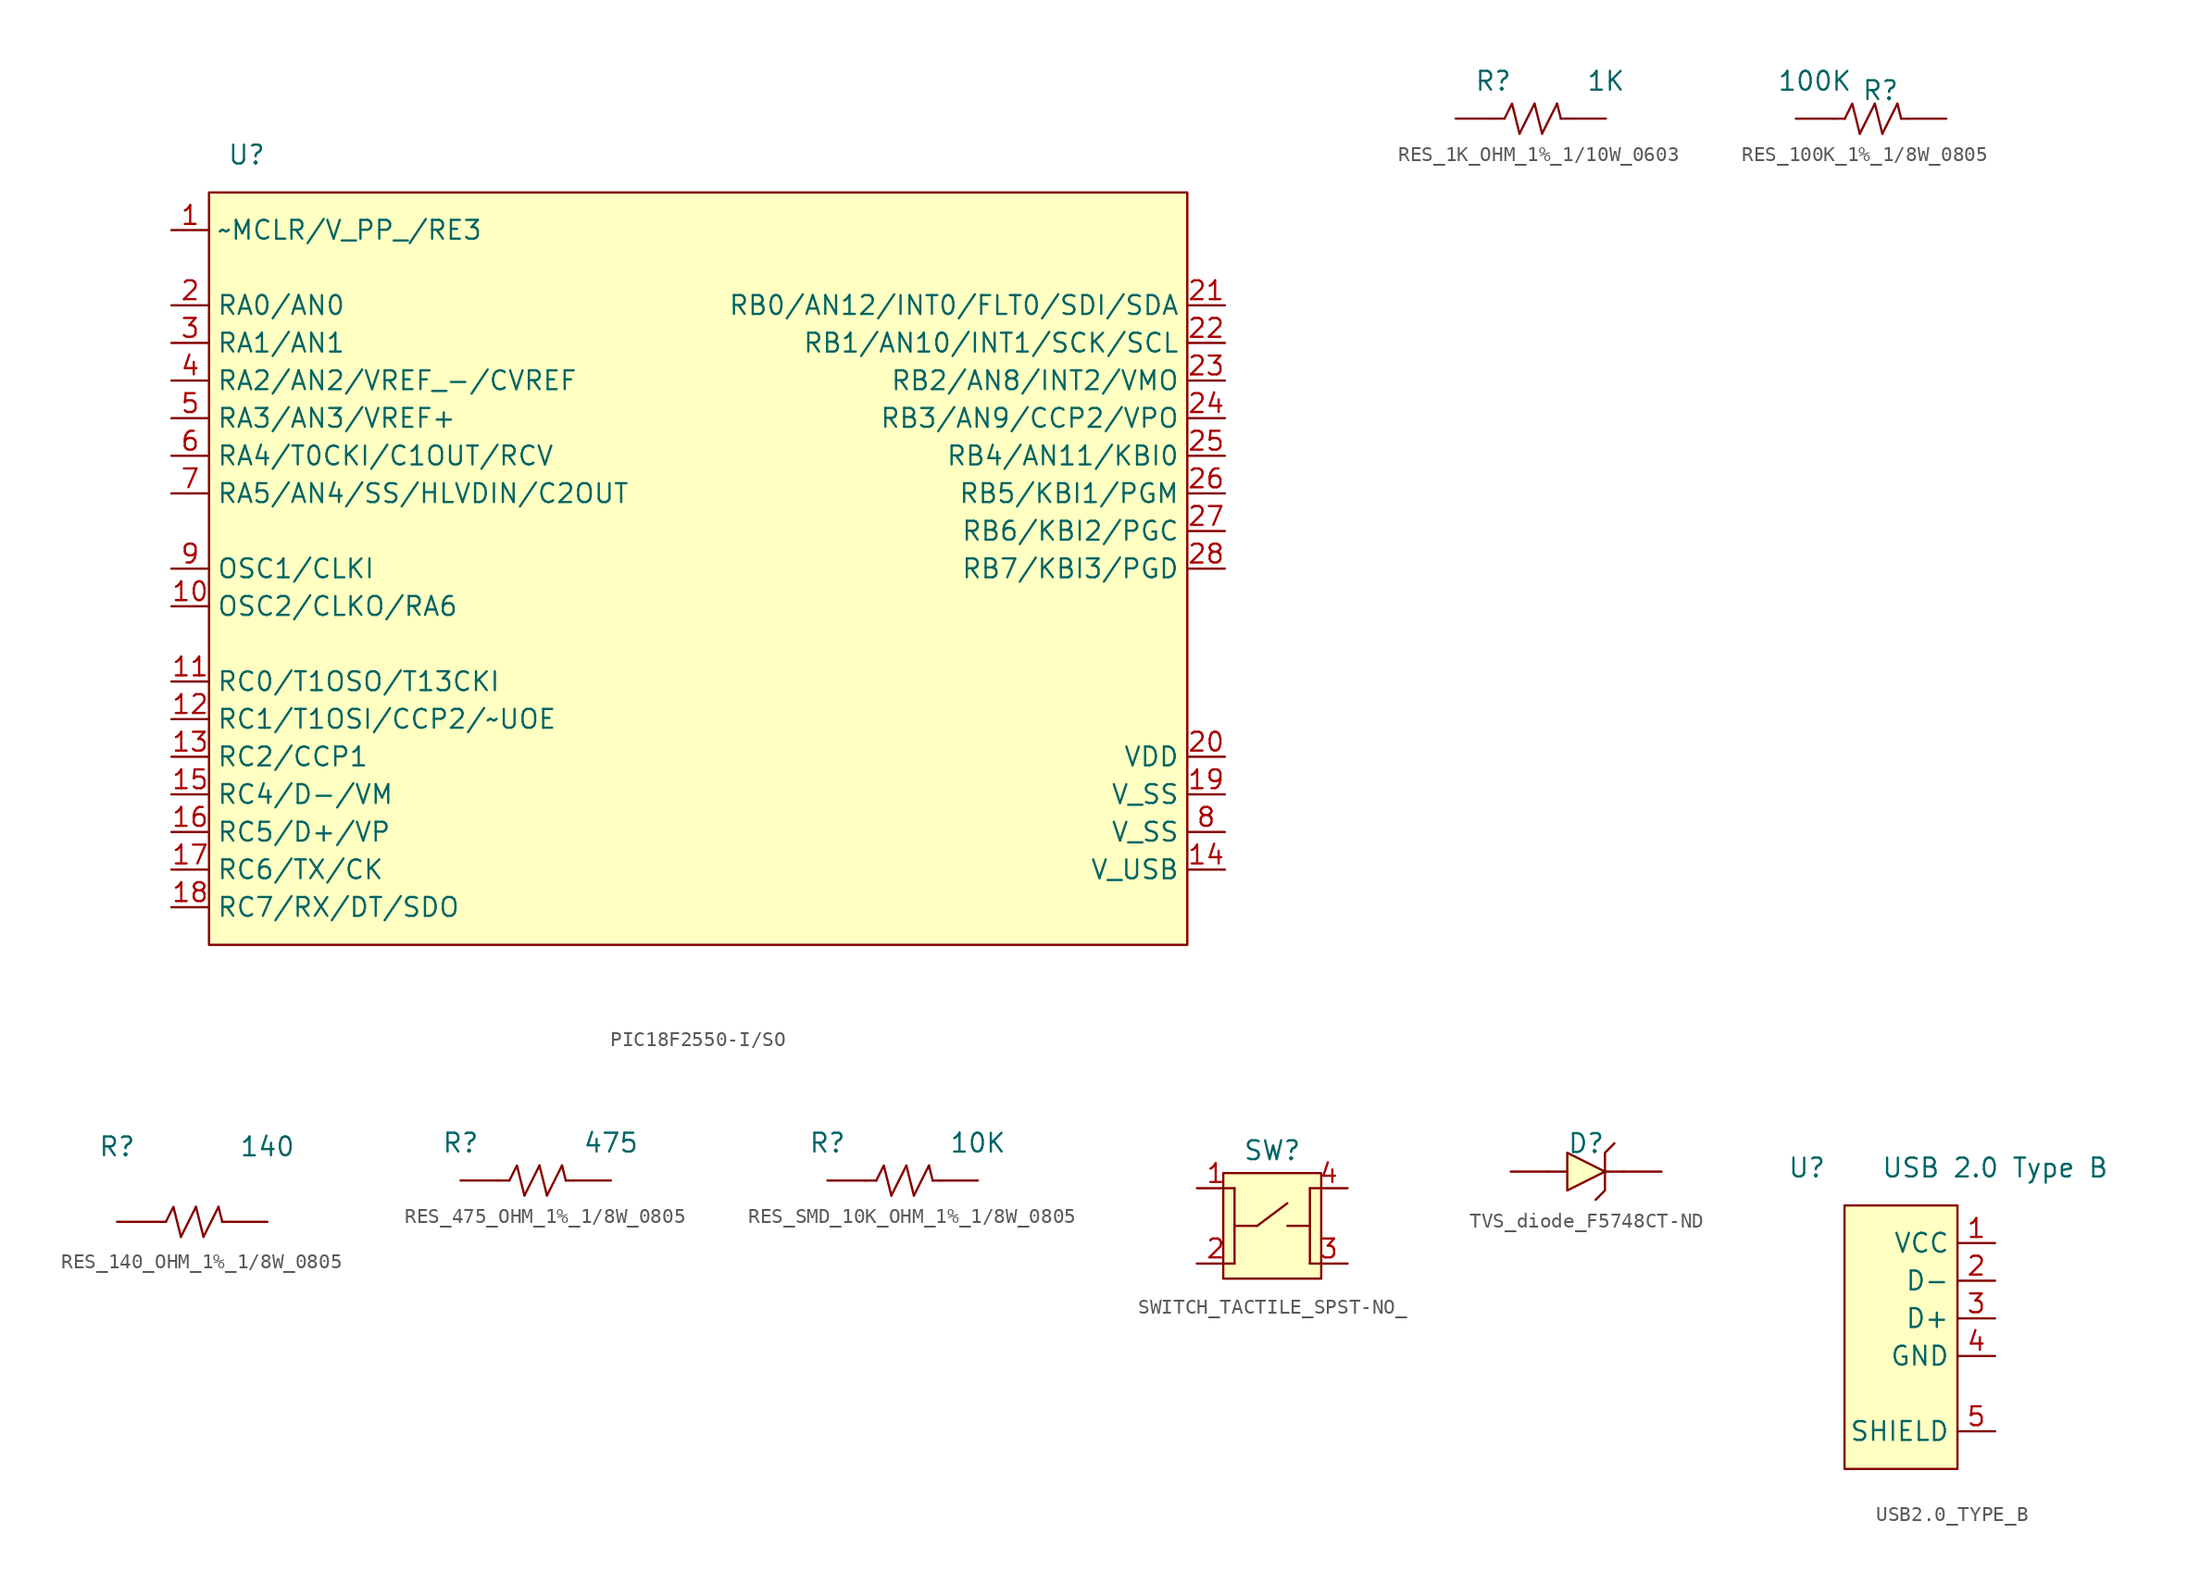
<source format=kicad_sym>
(kicad_symbol_lib
  (version 20231120)
  (generator "kicad_symbol_editor")
  (generator_version "8.0")
  (symbol "PIC18F2550-I/SO"
    (property "Reference" "U"
      (at -30.48 7.62 0)
      (effects (font (size 1.27 1.27))))
    (property "Value" ""
      (at -30.48 7.62 0)
      (effects (font (size 1.27 1.27))))
    (symbol "PIC18F2550-I/SO_1_1"
      (rectangle (start -33.02 5.08) (end 33.02 -45.72) (stroke (width 0) (type default)) (fill (type background)))
      (pin input line (at -35.56 2.54 0) (length 2.54) (name "~MCLR/V_PP_/RE3" (effects (font (size 1.27 1.27)))) (number "1" (effects (font (size 1.27 1.27)))))
      (pin bidirectional line (at -35.56 -22.86 0) (length 2.54) (name "OSC2/CLKO/RA6" (effects (font (size 1.27 1.27)))) (number "10" (effects (font (size 1.27 1.27)))))
      (pin bidirectional line (at -35.56 -27.94 0) (length 2.54) (name "RC0/T1OSO/T13CKI" (effects (font (size 1.27 1.27)))) (number "11" (effects (font (size 1.27 1.27)))))
      (pin bidirectional line (at -35.56 -30.48 0) (length 2.54) (name "RC1/T1OSI/CCP2/~UOE" (effects (font (size 1.27 1.27)))) (number "12" (effects (font (size 1.27 1.27)))))
      (pin bidirectional line (at -35.56 -33.02 0) (length 2.54) (name "RC2/CCP1" (effects (font (size 1.27 1.27)))) (number "13" (effects (font (size 1.27 1.27)))))
      (pin bidirectional line (at 35.56 -40.64 180) (length 2.54) (name "V_USB" (effects (font (size 1.27 1.27)))) (number "14" (effects (font (size 1.27 1.27)))))
      (pin bidirectional line (at -35.56 -35.56 0) (length 2.54) (name "RC4/D-/VM" (effects (font (size 1.27 1.27)))) (number "15" (effects (font (size 1.27 1.27)))))
      (pin bidirectional line (at -35.56 -38.1 0) (length 2.54) (name "RC5/D+/VP" (effects (font (size 1.27 1.27)))) (number "16" (effects (font (size 1.27 1.27)))))
      (pin bidirectional line (at -35.56 -40.64 0) (length 2.54) (name "RC6/TX/CK" (effects (font (size 1.27 1.27)))) (number "17" (effects (font (size 1.27 1.27)))))
      (pin bidirectional line (at -35.56 -43.18 0) (length 2.54) (name "RC7/RX/DT/SDO" (effects (font (size 1.27 1.27)))) (number "18" (effects (font (size 1.27 1.27)))))
      (pin power_out line (at 35.56 -35.56 180) (length 2.54) (name "V_SS" (effects (font (size 1.27 1.27)))) (number "19" (effects (font (size 1.27 1.27)))))
      (pin bidirectional line (at -35.56 -2.54 0) (length 2.54) (name "RA0/AN0" (effects (font (size 1.27 1.27)))) (number "2" (effects (font (size 1.27 1.27)))))
      (pin power_in line (at 35.56 -33.02 180) (length 2.54) (name "VDD" (effects (font (size 1.27 1.27)))) (number "20" (effects (font (size 1.27 1.27)))))
      (pin bidirectional line (at 35.56 -2.54 180) (length 2.54) (name "RB0/AN12/INT0/FLT0/SDI/SDA" (effects (font (size 1.27 1.27)))) (number "21" (effects (font (size 1.27 1.27)))))
      (pin bidirectional line (at 35.56 -5.08 180) (length 2.54) (name "RB1/AN10/INT1/SCK/SCL" (effects (font (size 1.27 1.27)))) (number "22" (effects (font (size 1.27 1.27)))))
      (pin bidirectional line (at 35.56 -7.62 180) (length 2.54) (name "RB2/AN8/INT2/VMO" (effects (font (size 1.27 1.27)))) (number "23" (effects (font (size 1.27 1.27)))))
      (pin bidirectional line (at 35.56 -10.16 180) (length 2.54) (name "RB3/AN9/CCP2/VPO" (effects (font (size 1.27 1.27)))) (number "24" (effects (font (size 1.27 1.27)))))
      (pin bidirectional line (at 35.56 -12.7 180) (length 2.54) (name "RB4/AN11/KBI0" (effects (font (size 1.27 1.27)))) (number "25" (effects (font (size 1.27 1.27)))))
      (pin bidirectional line (at 35.56 -15.24 180) (length 2.54) (name "RB5/KBI1/PGM" (effects (font (size 1.27 1.27)))) (number "26" (effects (font (size 1.27 1.27)))))
      (pin bidirectional line (at 35.56 -17.78 180) (length 2.54) (name "RB6/KBI2/PGC" (effects (font (size 1.27 1.27)))) (number "27" (effects (font (size 1.27 1.27)))))
      (pin bidirectional line (at 35.56 -20.32 180) (length 2.54) (name "RB7/KBI3/PGD" (effects (font (size 1.27 1.27)))) (number "28" (effects (font (size 1.27 1.27)))))
      (pin bidirectional line (at -35.56 -5.08 0) (length 2.54) (name "RA1/AN1" (effects (font (size 1.27 1.27)))) (number "3" (effects (font (size 1.27 1.27)))))
      (pin bidirectional line (at -35.56 -7.62 0) (length 2.54) (name "RA2/AN2/VREF_-/CVREF" (effects (font (size 1.27 1.27)))) (number "4" (effects (font (size 1.27 1.27)))))
      (pin bidirectional line (at -35.56 -10.16 0) (length 2.54) (name "RA3/AN3/VREF+" (effects (font (size 1.27 1.27)))) (number "5" (effects (font (size 1.27 1.27)))))
      (pin bidirectional line (at -35.56 -12.7 0) (length 2.54) (name "RA4/T0CKI/C1OUT/RCV" (effects (font (size 1.27 1.27)))) (number "6" (effects (font (size 1.27 1.27)))))
      (pin bidirectional line (at -35.56 -15.24 0) (length 2.54) (name "RA5/AN4/SS/HLVDIN/C2OUT" (effects (font (size 1.27 1.27)))) (number "7" (effects (font (size 1.27 1.27)))))
      (pin power_out line (at 35.56 -38.1 180) (length 2.54) (name "V_SS" (effects (font (size 1.27 1.27)))) (number "8" (effects (font (size 1.27 1.27)))))
      (pin bidirectional line (at -35.56 -20.32 0) (length 2.54) (name "OSC1/CLKI" (effects (font (size 1.27 1.27)))) (number "9" (effects (font (size 1.27 1.27)))))))
  (symbol "RES_1K_OHM_1%_1/10W_0603"
    (pin_numbers hide)
    (pin_names hide)
    (property "Reference" "R"
      (at -2.54 2.54 0)
      (effects (font (size 1.27 1.27))))
    (property "Value" "1K"
      (at 5.08 2.54 0)
      (effects (font (size 1.27 1.27))))
    (symbol "RES_1K_OHM_1%_1/10W_0603_0_1"
      (polyline (pts (xy -1.778 0) (xy -2.54 0)) (stroke (width 0) (type default)) (fill (type none)))
      (polyline (pts (xy -0.762 -1.016) (xy 0.254 1.016)) (stroke (width 0) (type default)) (fill (type none)))
      (polyline (pts (xy 0.254 1.016) (xy 0.762 -1.016)) (stroke (width 0) (type default)) (fill (type none)))
      (polyline (pts (xy 0.762 -1.016) (xy 1.778 1.016)) (stroke (width 0) (type default)) (fill (type none)))
      (polyline (pts (xy 1.778 1.016) (xy 2.032 0)) (stroke (width 0) (type default)) (fill (type none)))
      (polyline (pts (xy 2.032 0) (xy 2.54 0)) (stroke (width 0) (type default)) (fill (type none)))
      (polyline (pts (xy -1.778 0) (xy -1.27 1.016) (xy -0.762 -1.016)) (stroke (width 0) (type default)) (fill (type none))))
    (symbol "RES_1K_OHM_1%_1/10W_0603_1_1"
      (pin bidirectional line (at -5.08 0 0) (length 2.54) (name "A" (effects (font (size 1.27 1.27)))) (number "1" (effects (font (size 1.27 1.27)))))
      (pin bidirectional line (at 5.08 0 180) (length 2.54) (name "B" (effects (font (size 1.27 1.27)))) (number "2" (effects (font (size 1.27 1.27)))))))
  (symbol "RES_100K_1%_1/8W_0805"
    (pin_numbers hide)
    (pin_names hide)
    (property "Reference" "R"
      (at 0.635 1.905 0)
      (effects (font (size 1.27 1.27))))
    (property "Value" "100K"
      (at -3.81 2.54 0)
      (effects (font (size 1.27 1.27))))
    (symbol "RES_100K_1%_1/8W_0805_0_1"
      (polyline (pts (xy -1.778 0) (xy -2.54 0)) (stroke (width 0) (type default)) (fill (type none)))
      (polyline (pts (xy -0.762 -1.016) (xy 0.254 1.016)) (stroke (width 0) (type default)) (fill (type none)))
      (polyline (pts (xy 0.254 1.016) (xy 0.762 -1.016)) (stroke (width 0) (type default)) (fill (type none)))
      (polyline (pts (xy 0.762 -1.016) (xy 1.778 1.016)) (stroke (width 0) (type default)) (fill (type none)))
      (polyline (pts (xy 1.778 1.016) (xy 2.032 0)) (stroke (width 0) (type default)) (fill (type none)))
      (polyline (pts (xy 2.032 0) (xy 2.54 0)) (stroke (width 0) (type default)) (fill (type none)))
      (polyline (pts (xy -1.778 0) (xy -1.27 1.016) (xy -0.762 -1.016)) (stroke (width 0) (type default)) (fill (type none))))
    (symbol "RES_100K_1%_1/8W_0805_1_1"
      (pin bidirectional line (at -5.08 0 0) (length 2.54) (name "A" (effects (font (size 1.27 1.27)))) (number "1" (effects (font (size 1.27 1.27)))))
      (pin bidirectional line (at 5.08 0 180) (length 2.54) (name "B" (effects (font (size 1.27 1.27)))) (number "2" (effects (font (size 1.27 1.27)))))))
  (symbol "RES_140_OHM_1%_1/8W_0805"
    (pin_numbers hide)
    (pin_names hide)
    (property "Reference" "R"
      (at -5.08 5.08 0)
      (effects (font (size 1.27 1.27))))
    (property "Value" "140"
      (at 5.08 5.08 0)
      (effects (font (size 1.27 1.27))))
    (symbol "RES_140_OHM_1%_1/8W_0805_0_1"
      (polyline (pts (xy -1.778 0) (xy -2.54 0)) (stroke (width 0) (type default)) (fill (type none)))
      (polyline (pts (xy -0.762 -1.016) (xy 0.254 1.016)) (stroke (width 0) (type default)) (fill (type none)))
      (polyline (pts (xy 0.254 1.016) (xy 0.762 -1.016)) (stroke (width 0) (type default)) (fill (type none)))
      (polyline (pts (xy 0.762 -1.016) (xy 1.778 1.016)) (stroke (width 0) (type default)) (fill (type none)))
      (polyline (pts (xy 1.778 1.016) (xy 2.032 0)) (stroke (width 0) (type default)) (fill (type none)))
      (polyline (pts (xy 2.032 0) (xy 2.54 0)) (stroke (width 0) (type default)) (fill (type none)))
      (polyline (pts (xy -1.778 0) (xy -1.27 1.016) (xy -0.762 -1.016)) (stroke (width 0) (type default)) (fill (type none))))
    (symbol "RES_140_OHM_1%_1/8W_0805_1_1"
      (pin bidirectional line (at -5.08 0 0) (length 2.54) (name "A" (effects (font (size 1.27 1.27)))) (number "1" (effects (font (size 1.27 1.27)))))
      (pin bidirectional line (at 5.08 0 180) (length 2.54) (name "B" (effects (font (size 1.27 1.27)))) (number "2" (effects (font (size 1.27 1.27)))))))
  (symbol "RES_475_OHM_1%_1/8W_0805"
    (pin_numbers hide)
    (pin_names hide)
    (property "Reference" "R"
      (at -5.08 2.54 0)
      (effects (font (size 1.27 1.27))))
    (property "Value" "475"
      (at 5.08 2.54 0)
      (effects (font (size 1.27 1.27))))
    (symbol "RES_475_OHM_1%_1/8W_0805_0_1"
      (polyline (pts (xy -1.778 0) (xy -2.54 0)) (stroke (width 0) (type default)) (fill (type none)))
      (polyline (pts (xy -0.762 -1.016) (xy 0.254 1.016)) (stroke (width 0) (type default)) (fill (type none)))
      (polyline (pts (xy 0.254 1.016) (xy 0.762 -1.016)) (stroke (width 0) (type default)) (fill (type none)))
      (polyline (pts (xy 0.762 -1.016) (xy 1.778 1.016)) (stroke (width 0) (type default)) (fill (type none)))
      (polyline (pts (xy 1.778 1.016) (xy 2.032 0)) (stroke (width 0) (type default)) (fill (type none)))
      (polyline (pts (xy 2.032 0) (xy 2.54 0)) (stroke (width 0) (type default)) (fill (type none)))
      (polyline (pts (xy -1.778 0) (xy -1.27 1.016) (xy -0.762 -1.016)) (stroke (width 0) (type default)) (fill (type none))))
    (symbol "RES_475_OHM_1%_1/8W_0805_1_1"
      (pin bidirectional line (at -5.08 0 0) (length 2.54) (name "A" (effects (font (size 1.27 1.27)))) (number "1" (effects (font (size 1.27 1.27)))))
      (pin bidirectional line (at 5.08 0 180) (length 2.54) (name "B" (effects (font (size 1.27 1.27)))) (number "2" (effects (font (size 1.27 1.27)))))))
  (symbol "RES_SMD_10K_OHM_1%_1/8W_0805"
    (pin_numbers hide)
    (pin_names hide)
    (property "Reference" "R"
      (at -5.08 2.54 0)
      (effects (font (size 1.27 1.27))))
    (property "Value" "10K"
      (at 5.08 2.54 0)
      (effects (font (size 1.27 1.27))))
    (symbol "RES_SMD_10K_OHM_1%_1/8W_0805_0_1"
      (polyline (pts (xy -1.778 0) (xy -2.54 0)) (stroke (width 0) (type default)) (fill (type none)))
      (polyline (pts (xy -0.762 -1.016) (xy 0.254 1.016)) (stroke (width 0) (type default)) (fill (type none)))
      (polyline (pts (xy 0.254 1.016) (xy 0.762 -1.016)) (stroke (width 0) (type default)) (fill (type none)))
      (polyline (pts (xy 0.762 -1.016) (xy 1.778 1.016)) (stroke (width 0) (type default)) (fill (type none)))
      (polyline (pts (xy 1.778 1.016) (xy 2.032 0)) (stroke (width 0) (type default)) (fill (type none)))
      (polyline (pts (xy 2.032 0) (xy 2.54 0)) (stroke (width 0) (type default)) (fill (type none)))
      (polyline (pts (xy -1.778 0) (xy -1.27 1.016) (xy -0.762 -1.016)) (stroke (width 0) (type default)) (fill (type none))))
    (symbol "RES_SMD_10K_OHM_1%_1/8W_0805_1_1"
      (pin bidirectional line (at -5.08 0 0) (length 2.54) (name "A" (effects (font (size 1.27 1.27)))) (number "1" (effects (font (size 1.27 1.27)))))
      (pin bidirectional line (at 5.08 0 180) (length 2.54) (name "B" (effects (font (size 1.27 1.27)))) (number "2" (effects (font (size 1.27 1.27)))))))
  (symbol "SWITCH_TACTILE_SPST-NO_"
    (pin_names hide)
    (property "Reference" "SW"
      (at 0 5.08 0)
      (effects (font (size 1.27 1.27))))
    (symbol "SWITCH_TACTILE_SPST-NO__0_1"
      (polyline (pts (xy -2.54 2.54) (xy -2.54 -2.54)) (stroke (width 0) (type default)) (fill (type none)))
      (polyline (pts (xy -1.016 0) (xy -2.54 0)) (stroke (width 0) (type default)) (fill (type none)))
      (polyline (pts (xy -1.016 0) (xy 1.016 1.524)) (stroke (width 0) (type default)) (fill (type none)))
      (polyline (pts (xy 1.016 0) (xy 2.54 0)) (stroke (width 0) (type default)) (fill (type none)))
      (polyline (pts (xy 2.54 -2.54) (xy 2.54 2.54)) (stroke (width 0) (type default)) (fill (type none))))
    (symbol "SWITCH_TACTILE_SPST-NO__1_1"
      (rectangle (start -3.302 3.556) (end 3.302 -3.556) (stroke (width 0) (type default)) (fill (type background)))
      (pin bidirectional line (at -5.08 2.54 0) (length 2.54) (name "A" (effects (font (size 1.27 1.27)))) (number "1" (effects (font (size 1.27 1.27)))))
      (pin bidirectional line (at -5.08 -2.54 0) (length 2.54) (name "B" (effects (font (size 1.27 1.27)))) (number "2" (effects (font (size 1.27 1.27)))))
      (pin bidirectional line (at 5.08 -2.54 180) (length 2.54) (name "C" (effects (font (size 1.27 1.27)))) (number "3" (effects (font (size 1.27 1.27)))))
      (pin bidirectional line (at 5.08 2.54 180) (length 2.54) (name "D" (effects (font (size 1.27 1.27)))) (number "4" (effects (font (size 1.27 1.27)))))))
  (symbol "TVS_diode_F5748CT-ND"
    (pin_numbers hide)
    (pin_names hide)
    (property "Reference" "D"
      (at 0 1.905 0)
      (effects (font (size 1.27 1.27))))
    (property "Value" ""
      (at 0 0 0)
      (effects (font (size 1.27 1.27))))
    (symbol "TVS_diode_F5748CT-ND_1_1"
      (polyline (pts (xy -2.54 0) (xy -1.27 0)) (stroke (width 0) (type default)) (fill (type none)))
      (polyline (pts (xy 2.54 0) (xy 1.27 0)) (stroke (width 0) (type default)) (fill (type none)))
      (polyline (pts (xy 1.27 0) (xy 1.27 -1.27) (xy 0.635 -1.905)) (stroke (width 0) (type default)) (fill (type none)))
      (polyline (pts (xy 1.27 0) (xy 1.27 1.27) (xy 1.905 1.905)) (stroke (width 0) (type default)) (fill (type none)))
      (polyline (pts (xy 1.27 0) (xy -1.27 1.27) (xy -1.27 -1.27) (xy 1.27 0)) (stroke (width 0) (type default)) (fill (type background)))
      (pin input line (at -5.08 0 0) (length 2.54) (name "A" (effects (font (size 1.27 1.27)))) (number "1" (effects (font (size 1.27 1.27)))))
      (pin input line (at 5.08 0 180) (length 2.54) (name "K" (effects (font (size 1.27 1.27)))) (number "2" (effects (font (size 1.27 1.27)))))))
  (symbol "USB2.0_TYPE_B"
    (property "Reference" "U"
      (at -10.16 7.62 0)
      (effects (font (size 1.27 1.27))))
    (property "Value" "USB 2.0 Type B"
      (at 2.54 7.62 0)
      (effects (font (size 1.27 1.27))))
    (symbol "USB2.0_TYPE_B_1_1"
      (rectangle (start -7.62 5.08) (end 0 -12.7) (stroke (width 0) (type default)) (fill (type background)))
      (pin input line (at 2.54 2.54 180) (length 2.54) (name "VCC" (effects (font (size 1.27 1.27)))) (number "1" (effects (font (size 1.27 1.27)))))
      (pin input line (at 2.54 0 180) (length 2.54) (name "D-" (effects (font (size 1.27 1.27)))) (number "2" (effects (font (size 1.27 1.27)))))
      (pin input line (at 2.54 -2.54 180) (length 2.54) (name "D+" (effects (font (size 1.27 1.27)))) (number "3" (effects (font (size 1.27 1.27)))))
      (pin input line (at 2.54 -5.08 180) (length 2.54) (name "GND" (effects (font (size 1.27 1.27)))) (number "4" (effects (font (size 1.27 1.27)))))
      (pin input line (at 2.54 -10.16 180) (length 2.54) (name "SHIELD" (effects (font (size 1.27 1.27)))) (number "5" (effects (font (size 1.27 1.27))))))))
</source>
